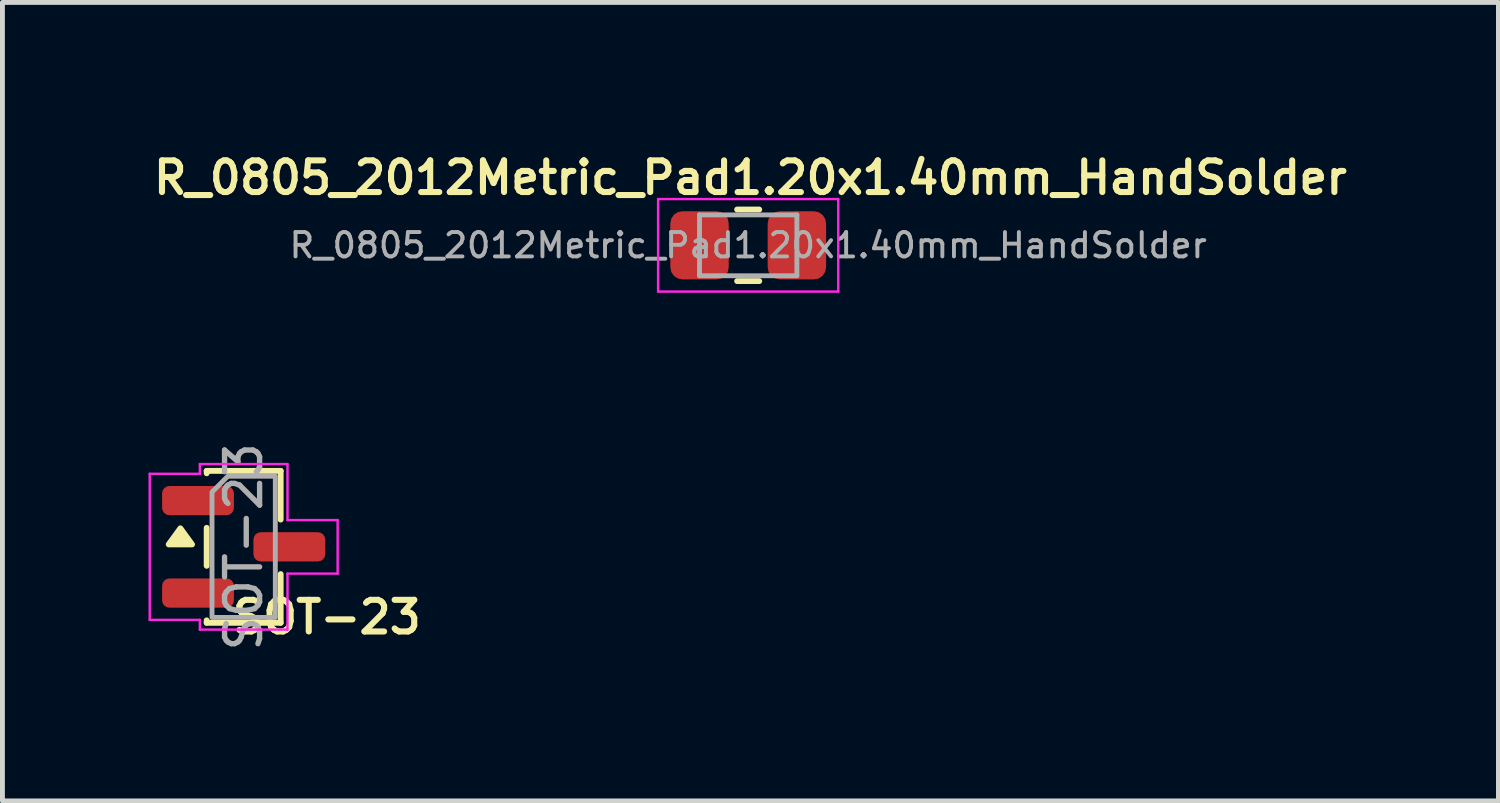
<source format=kicad_pcb>
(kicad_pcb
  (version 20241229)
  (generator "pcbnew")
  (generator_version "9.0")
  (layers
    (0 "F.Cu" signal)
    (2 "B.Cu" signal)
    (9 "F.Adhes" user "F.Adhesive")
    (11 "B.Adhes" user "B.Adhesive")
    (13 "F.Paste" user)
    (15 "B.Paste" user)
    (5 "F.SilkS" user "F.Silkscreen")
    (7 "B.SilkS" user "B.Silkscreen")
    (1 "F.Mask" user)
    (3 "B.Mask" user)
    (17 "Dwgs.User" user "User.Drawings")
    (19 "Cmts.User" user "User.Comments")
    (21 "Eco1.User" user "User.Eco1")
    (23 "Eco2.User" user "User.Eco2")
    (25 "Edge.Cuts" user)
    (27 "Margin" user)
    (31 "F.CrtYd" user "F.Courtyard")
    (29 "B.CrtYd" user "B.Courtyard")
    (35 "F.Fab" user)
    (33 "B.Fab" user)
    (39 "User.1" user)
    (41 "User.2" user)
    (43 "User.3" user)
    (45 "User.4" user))
  (footprint "SOT-23"
    (layer "F.Cu")
    (at 1.955 8.182)
    (property "Reference" "SOT-23" (at 1.708 1.444 180) (layer "F.SilkS") (effects (font (size 0.65 0.65) (thickness 0.125))))
    (attr smd)
    (fp_line (start -0.76 -1.56) (end 0.76 -1.56) (stroke (width 0.12) (type solid)) (layer "F.SilkS"))
    (fp_line (start -0.76 -1.51) (end -0.76 -1.56) (stroke (width 0.12) (type solid)) (layer "F.SilkS"))
    (fp_line (start -0.76 0.39) (end -0.76 -0.39) (stroke (width 0.12) (type solid)) (layer "F.SilkS"))
    (fp_line (start -0.76 1.56) (end -0.76 1.51) (stroke (width 0.12) (type solid)) (layer "F.SilkS"))
    (fp_line (start 0.76 -1.56) (end 0.76 -0.56) (stroke (width 0.12) (type solid)) (layer "F.SilkS"))
    (fp_line (start 0.76 0.56) (end 0.76 1.56) (stroke (width 0.12) (type solid)) (layer "F.SilkS"))
    (fp_line (start 0.76 1.56) (end -0.76 1.56) (stroke (width 0.12) (type solid)) (layer "F.SilkS"))
    (fp_poly (pts (xy -1.3 -0.38) (xy -1.06 -0.05) (xy -1.54 -0.05)) (stroke (width 0.12) (type solid)) (fill yes) (layer "F.SilkS"))
    (fp_line (start -1.93 -1.5) (end -0.9 -1.5) (stroke (width 0.05) (type solid)) (layer "F.CrtYd"))
    (fp_line (start -1.93 1.5) (end -1.93 -1.5) (stroke (width 0.05) (type solid)) (layer "F.CrtYd"))
    (fp_line (start -0.9 -1.7) (end 0.9 -1.7) (stroke (width 0.05) (type solid)) (layer "F.CrtYd"))
    (fp_line (start -0.9 -1.5) (end -0.9 -1.7) (stroke (width 0.05) (type solid)) (layer "F.CrtYd"))
    (fp_line (start -0.9 1.5) (end -1.93 1.5) (stroke (width 0.05) (type solid)) (layer "F.CrtYd"))
    (fp_line (start -0.9 1.7) (end -0.9 1.5) (stroke (width 0.05) (type solid)) (layer "F.CrtYd"))
    (fp_line (start 0.9 -1.7) (end 0.9 -0.55) (stroke (width 0.05) (type solid)) (layer "F.CrtYd"))
    (fp_line (start 0.9 -0.55) (end 1.93 -0.55) (stroke (width 0.05) (type solid)) (layer "F.CrtYd"))
    (fp_line (start 0.9 0.55) (end 0.9 1.7) (stroke (width 0.05) (type solid)) (layer "F.CrtYd"))
    (fp_line (start 0.9 1.7) (end -0.9 1.7) (stroke (width 0.05) (type solid)) (layer "F.CrtYd"))
    (fp_line (start 1.93 -0.55) (end 1.93 0.55) (stroke (width 0.05) (type solid)) (layer "F.CrtYd"))
    (fp_line (start 1.93 0.55) (end 0.9 0.55) (stroke (width 0.05) (type solid)) (layer "F.CrtYd"))
    (fp_poly (pts (xy -0.65 -1.125) (xy -0.65 1.45) (xy 0.65 1.45) (xy 0.65 -1.45) (xy -0.325 -1.45)) (stroke (width 0.1) (type solid)) (fill no) (layer "F.Fab"))
    (fp_text user "${REFERENCE}" (at 0 0 270) (layer "F.Fab") (effects (font (size 0.72 0.72) (thickness 0.11))))
    (pad "1" smd roundrect (at -0.938 -0.95) (size 1.475 0.6) (layers "F.Cu" "F.Mask" "F.Paste") (roundrect_rratio 0.25))
    (pad "2" smd roundrect (at -0.938 0.95) (size 1.475 0.6) (layers "F.Cu" "F.Mask" "F.Paste") (roundrect_rratio 0.25))
    (pad "3" smd roundrect (at 0.938 0) (size 1.475 0.6) (layers "F.Cu" "F.Mask" "F.Paste") (roundrect_rratio 0.25)))
  (footprint "R_0805_2012Metric_Pad1.20x1.40mm_HandSolder"
    (layer "F.Cu")
    (at 12.318 1.989)
    (property "Reference" "R_0805_2012Metric_Pad1.20x1.40mm_HandSolder" (at 0.046 -1.389 0) (layer "F.SilkS") (effects (font (size 0.65 0.65) (thickness 0.125))))
    (attr smd)
    (fp_line (start -0.227 -0.735) (end 0.227 -0.735) (stroke (width 0.12) (type solid)) (layer "F.SilkS"))
    (fp_line (start -0.227 0.735) (end 0.227 0.735) (stroke (width 0.12) (type solid)) (layer "F.SilkS"))
    (fp_line (start -1.85 -0.95) (end 1.85 -0.95) (stroke (width 0.05) (type solid)) (layer "F.CrtYd"))
    (fp_line (start -1.85 0.95) (end -1.85 -0.95) (stroke (width 0.05) (type solid)) (layer "F.CrtYd"))
    (fp_line (start 1.85 -0.95) (end 1.85 0.95) (stroke (width 0.05) (type solid)) (layer "F.CrtYd"))
    (fp_line (start 1.85 0.95) (end -1.85 0.95) (stroke (width 0.05) (type solid)) (layer "F.CrtYd"))
    (fp_line (start -1 -0.625) (end 1 -0.625) (stroke (width 0.1) (type solid)) (layer "F.Fab"))
    (fp_line (start -1 0.625) (end -1 -0.625) (stroke (width 0.1) (type solid)) (layer "F.Fab"))
    (fp_line (start 1 -0.625) (end 1 0.625) (stroke (width 0.1) (type solid)) (layer "F.Fab"))
    (fp_line (start 1 0.625) (end -1 0.625) (stroke (width 0.1) (type solid)) (layer "F.Fab"))
    (fp_text user "${REFERENCE}" (at 0 0 0) (layer "F.Fab") (effects (font (size 0.5 0.5) (thickness 0.08))))
    (pad "1" smd roundrect (at -1 0) (size 1.2 1.4) (layers "F.Cu" "F.Mask" "F.Paste") (roundrect_rratio 0.208))
    (pad "2" smd roundrect (at 1 0) (size 1.2 1.4) (layers "F.Cu" "F.Mask" "F.Paste") (roundrect_rratio 0.208)))
  (gr_rect
    (start -3 -3)
    (end 27.728 13.401)
    (stroke (width 0.1) (type default))
    (fill no)
    (layer "Edge.Cuts")))
</source>
